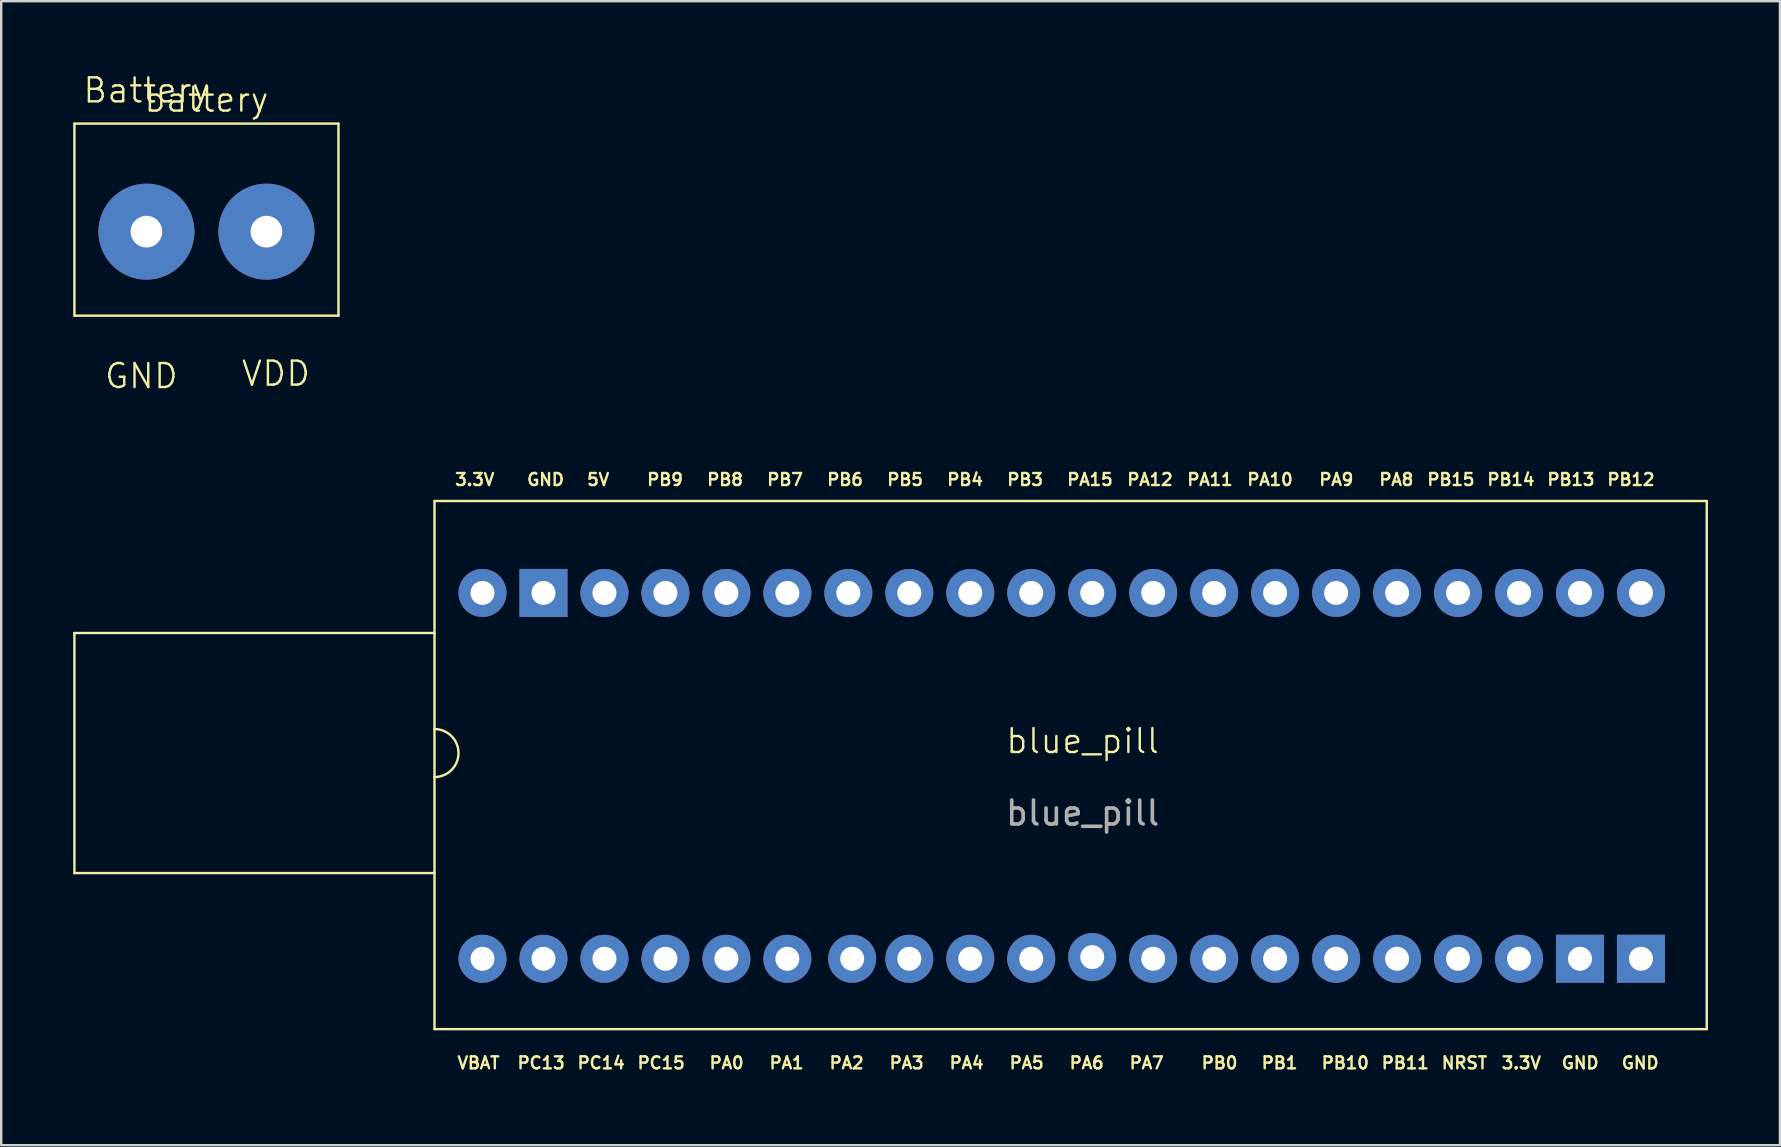
<source format=kicad_pcb>
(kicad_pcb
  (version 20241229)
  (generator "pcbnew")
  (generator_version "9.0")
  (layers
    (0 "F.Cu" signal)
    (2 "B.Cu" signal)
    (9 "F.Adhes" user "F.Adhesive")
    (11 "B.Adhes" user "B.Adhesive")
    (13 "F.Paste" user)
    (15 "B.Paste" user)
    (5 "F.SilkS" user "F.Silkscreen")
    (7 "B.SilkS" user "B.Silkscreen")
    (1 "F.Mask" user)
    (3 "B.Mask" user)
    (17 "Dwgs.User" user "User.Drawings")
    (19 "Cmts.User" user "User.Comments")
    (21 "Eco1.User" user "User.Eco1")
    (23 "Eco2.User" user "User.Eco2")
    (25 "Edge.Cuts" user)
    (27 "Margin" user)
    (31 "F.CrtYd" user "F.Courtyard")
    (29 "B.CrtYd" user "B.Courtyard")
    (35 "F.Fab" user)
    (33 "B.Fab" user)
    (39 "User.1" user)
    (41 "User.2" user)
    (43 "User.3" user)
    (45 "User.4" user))
  (footprint "blue_pill"
    (layer "F.Cu")
    (at 42.05 28.321)
    (property "Reference" "blue_pill" (at 0 -0.5 0) (unlocked yes) (layer "F.SilkS") (effects (font (size 1 1) (thickness 0.1))))
    (attr through_hole)
    (fp_line (start -42 -5) (end -42 5) (stroke (width 0.1) (type default)) (layer "F.SilkS"))
    (fp_line (start -27 -10.5) (end -27 11.5) (stroke (width 0.1) (type default)) (layer "F.SilkS"))
    (fp_line (start -27 -10.5) (end 26 -10.5) (stroke (width 0.1) (type default)) (layer "F.SilkS"))
    (fp_line (start -27 -5) (end -42 -5) (stroke (width 0.1) (type default)) (layer "F.SilkS"))
    (fp_line (start -27 5) (end -42 5) (stroke (width 0.1) (type default)) (layer "F.SilkS"))
    (fp_line (start -27 11.5) (end 26 11.5) (stroke (width 0.1) (type default)) (layer "F.SilkS"))
    (fp_line (start 26 -10.5) (end 26 11.5) (stroke (width 0.1) (type default)) (layer "F.SilkS"))
    (fp_arc (start -27 -1) (mid -26 0) (end -27 1) (stroke (width 0.1) (type default)) (layer "F.SilkS"))
    (fp_text user "PB5" (at -8.2 -11.1 0) (unlocked yes) (layer "F.SilkS") (effects (font (size 0.5 0.5) (thickness 0.1)) (justify left bottom)))
    (fp_text user "PA6" (at -0.6 13.2 0) (unlocked yes) (layer "F.SilkS") (effects (font (size 0.5 0.5) (thickness 0.1)) (justify left bottom)))
    (fp_text user "PC15" (at -18.6 13.2 0) (unlocked yes) (layer "F.SilkS") (effects (font (size 0.5 0.5) (thickness 0.1)) (justify left bottom)))
    (fp_text user "GND" (at 19.9 13.2 0) (unlocked yes) (layer "F.SilkS") (effects (font (size 0.5 0.5) (thickness 0.1)) (justify left bottom)))
    (fp_text user "3.3V" (at -26.2 -11.1 0) (unlocked yes) (layer "F.SilkS") (effects (font (size 0.5 0.5) (thickness 0.1)) (justify left bottom)))
    (fp_text user "3.3V" (at 17.4 13.2 0) (unlocked yes) (layer "F.SilkS") (effects (font (size 0.5 0.5) (thickness 0.1)) (justify left bottom)))
    (fp_text user "PB3" (at -3.2 -11.1 0) (unlocked yes) (layer "F.SilkS") (effects (font (size 0.5 0.5) (thickness 0.1)) (justify left bottom)))
    (fp_text user "PA11" (at 4.3 -11.1 0) (unlocked yes) (layer "F.SilkS") (effects (font (size 0.5 0.5) (thickness 0.1)) (justify left bottom)))
    (fp_text user "PA9" (at 9.8 -11.1 0) (unlocked yes) (layer "F.SilkS") (effects (font (size 0.5 0.5) (thickness 0.1)) (justify left bottom)))
    (fp_text user "PA15" (at -0.7 -11.1 0) (unlocked yes) (layer "F.SilkS") (effects (font (size 0.5 0.5) (thickness 0.1)) (justify left bottom)))
    (fp_text user "PB7" (at -13.2 -11.1 0) (unlocked yes) (layer "F.SilkS") (effects (font (size 0.5 0.5) (thickness 0.1)) (justify left bottom)))
    (fp_text user "PB14" (at 16.8 -11.1 0) (unlocked yes) (layer "F.SilkS") (effects (font (size 0.5 0.5) (thickness 0.1)) (justify left bottom)))
    (fp_text user "PB13" (at 19.3 -11.1 0) (unlocked yes) (layer "F.SilkS") (effects (font (size 0.5 0.5) (thickness 0.1)) (justify left bottom)))
    (fp_text user "PA10" (at 6.8 -11.1 0) (unlocked yes) (layer "F.SilkS") (effects (font (size 0.5 0.5) (thickness 0.1)) (justify left bottom)))
    (fp_text user "PA8" (at 12.3 -11.1 0) (unlocked yes) (layer "F.SilkS") (effects (font (size 0.5 0.5) (thickness 0.1)) (justify left bottom)))
    (fp_text user "PC14" (at -21.1 13.2 0) (unlocked yes) (layer "F.SilkS") (effects (font (size 0.5 0.5) (thickness 0.1)) (justify left bottom)))
    (fp_text user "PA12" (at 1.8 -11.1 0) (unlocked yes) (layer "F.SilkS") (effects (font (size 0.5 0.5) (thickness 0.1)) (justify left bottom)))
    (fp_text user "PB10" (at 9.9 13.2 0) (unlocked yes) (layer "F.SilkS") (effects (font (size 0.5 0.5) (thickness 0.1)) (justify left bottom)))
    (fp_text user "PB1" (at 7.4 13.2 0) (unlocked yes) (layer "F.SilkS") (effects (font (size 0.5 0.5) (thickness 0.1)) (justify left bottom)))
    (fp_text user "PB4" (at -5.7 -11.1 0) (unlocked yes) (layer "F.SilkS") (effects (font (size 0.5 0.5) (thickness 0.1)) (justify left bottom)))
    (fp_text user "PB0" (at 4.9 13.2 0) (unlocked yes) (layer "F.SilkS") (effects (font (size 0.5 0.5) (thickness 0.1)) (justify left bottom)))
    (fp_text user "PA2" (at -10.6 13.2 0) (unlocked yes) (layer "F.SilkS") (effects (font (size 0.5 0.5) (thickness 0.1)) (justify left bottom)))
    (fp_text user "PA5" (at -3.1 13.2 0) (unlocked yes) (layer "F.SilkS") (effects (font (size 0.5 0.5) (thickness 0.1)) (justify left bottom)))
    (fp_text user "PA7" (at 1.9 13.2 0) (unlocked yes) (layer "F.SilkS") (effects (font (size 0.5 0.5) (thickness 0.1)) (justify left bottom)))
    (fp_text user "PC13" (at -23.6 13.2 0) (unlocked yes) (layer "F.SilkS") (effects (font (size 0.5 0.5) (thickness 0.1)) (justify left bottom)))
    (fp_text user "PA1" (at -13.1 13.2 0) (unlocked yes) (layer "F.SilkS") (effects (font (size 0.5 0.5) (thickness 0.1)) (justify left bottom)))
    (fp_text user "PB9" (at -18.2 -11.1 0) (unlocked yes) (layer "F.SilkS") (effects (font (size 0.5 0.5) (thickness 0.1)) (justify left bottom)))
    (fp_text user "PB6" (at -10.7 -11.1 0) (unlocked yes) (layer "F.SilkS") (effects (font (size 0.5 0.5) (thickness 0.1)) (justify left bottom)))
    (fp_text user "PB12" (at 21.8 -11.1 0) (unlocked yes) (layer "F.SilkS") (effects (font (size 0.5 0.5) (thickness 0.1)) (justify left bottom)))
    (fp_text user "PB11" (at 12.4 13.2 0) (unlocked yes) (layer "F.SilkS") (effects (font (size 0.5 0.5) (thickness 0.1)) (justify left bottom)))
    (fp_text user "PB15" (at 14.3 -11.1 0) (unlocked yes) (layer "F.SilkS") (effects (font (size 0.5 0.5) (thickness 0.1)) (justify left bottom)))
    (fp_text user "PA4" (at -5.6 13.2 0) (unlocked yes) (layer "F.SilkS") (effects (font (size 0.5 0.5) (thickness 0.1)) (justify left bottom)))
    (fp_text user "PB8" (at -15.7 -11.1 0) (unlocked yes) (layer "F.SilkS") (effects (font (size 0.5 0.5) (thickness 0.1)) (justify left bottom)))
    (fp_text user "5V" (at -20.7 -11.1 0) (unlocked yes) (layer "F.SilkS") (effects (font (size 0.5 0.5) (thickness 0.1)) (justify left bottom)))
    (fp_text user "VBAT" (at -26.1 13.2 0) (unlocked yes) (layer "F.SilkS") (effects (font (size 0.5 0.5) (thickness 0.1)) (justify left bottom)))
    (fp_text user "PA3" (at -8.1 13.2 0) (unlocked yes) (layer "F.SilkS") (effects (font (size 0.5 0.5) (thickness 0.1)) (justify left bottom)))
    (fp_text user "GND" (at -23.2 -11.1 0) (unlocked yes) (layer "F.SilkS") (effects (font (size 0.5 0.5) (thickness 0.1)) (justify left bottom)))
    (fp_text user "GND" (at 22.4 13.2 0) (unlocked yes) (layer "F.SilkS") (effects (font (size 0.5 0.5) (thickness 0.1)) (justify left bottom)))
    (fp_text user "PA0" (at -15.6 13.2 0) (unlocked yes) (layer "F.SilkS") (effects (font (size 0.5 0.5) (thickness 0.1)) (justify left bottom)))
    (fp_text user "NRST" (at 14.9 13.2 0) (unlocked yes) (layer "F.SilkS") (effects (font (size 0.5 0.5) (thickness 0.1)) (justify left bottom)))
    (fp_text user "${REFERENCE}" (at 0 2.5 0) (unlocked yes) (layer "F.Fab") (effects (font (size 1 1) (thickness 0.15))))
    (pad "1" thru_hole circle (at -25 8.57) (size 2 2) (drill 1) (layers "*.Cu" "*.Mask"))
    (pad "2" thru_hole circle (at -22.46 8.57) (size 2 2) (drill 1) (layers "*.Cu" "*.Mask"))
    (pad "3" thru_hole circle (at -19.92 8.57) (size 2 2) (drill 1) (layers "*.Cu" "*.Mask"))
    (pad "4" thru_hole circle (at -17.38 8.57) (size 2 2) (drill 1) (layers "*.Cu" "*.Mask"))
    (pad "5" thru_hole circle (at -14.84 8.57) (size 2 2) (drill 1) (layers "*.Cu" "*.Mask"))
    (pad "6" thru_hole circle (at -12.3 8.57) (size 2 2) (drill 1) (layers "*.Cu" "*.Mask"))
    (pad "7" thru_hole circle (at -9.6 8.57) (size 2 2) (drill 1) (layers "*.Cu" "*.Mask"))
    (pad "8" thru_hole circle (at -7.22 8.57) (size 2 2) (drill 1) (layers "*.Cu" "*.Mask"))
    (pad "9" thru_hole circle (at -4.68 8.57) (size 2 2) (drill 1) (layers "*.Cu" "*.Mask"))
    (pad "10" thru_hole circle (at -2.14 8.57) (size 2 2) (drill 1) (layers "*.Cu" "*.Mask"))
    (pad "11" thru_hole circle (at 0.4 8.5) (size 2 2) (drill 1) (layers "*.Cu" "*.Mask"))
    (pad "12" thru_hole circle (at 2.94 8.57) (size 2 2) (drill 1) (layers "*.Cu" "*.Mask"))
    (pad "13" thru_hole circle (at 5.48 8.57) (size 2 2) (drill 1) (layers "*.Cu" "*.Mask"))
    (pad "14" thru_hole circle (at 8.02 8.57) (size 2 2) (drill 1) (layers "*.Cu" "*.Mask"))
    (pad "15" thru_hole circle (at 10.56 8.57) (size 2 2) (drill 1) (layers "*.Cu" "*.Mask"))
    (pad "16" thru_hole circle (at 13.1 8.57) (size 2 2) (drill 1) (layers "*.Cu" "*.Mask"))
    (pad "17" thru_hole circle (at 15.64 8.57) (size 2 2) (drill 1) (layers "*.Cu" "*.Mask"))
    (pad "18" thru_hole circle (at 18.18 8.57) (size 2 2) (drill 1) (layers "*.Cu" "*.Mask"))
    (pad "19" thru_hole rect (at 20.72 8.57) (size 2 2) (drill 1) (layers "*.Cu" "*.Mask"))
    (pad "20" thru_hole rect (at 23.26 8.57) (size 2 2) (drill 1) (layers "*.Cu" "*.Mask"))
    (pad "21" thru_hole circle (at 23.26 -6.67) (size 2 2) (drill 1) (layers "*.Cu" "*.Mask"))
    (pad "22" thru_hole circle (at 20.72 -6.67) (size 2 2) (drill 1) (layers "*.Cu" "*.Mask"))
    (pad "23" thru_hole circle (at 18.18 -6.67) (size 2 2) (drill 1) (layers "*.Cu" "*.Mask"))
    (pad "24" thru_hole circle (at 15.64 -6.67) (size 2 2) (drill 1) (layers "*.Cu" "*.Mask"))
    (pad "25" thru_hole circle (at 13.1 -6.67) (size 2 2) (drill 1) (layers "*.Cu" "*.Mask"))
    (pad "26" thru_hole circle (at 10.56 -6.67) (size 2 2) (drill 1) (layers "*.Cu" "*.Mask"))
    (pad "27" thru_hole circle (at 8.02 -6.67) (size 2 2) (drill 1) (layers "*.Cu" "*.Mask"))
    (pad "28" thru_hole circle (at 5.48 -6.67) (size 2 2) (drill 1) (layers "*.Cu" "*.Mask"))
    (pad "29" thru_hole circle (at 2.94 -6.67) (size 2 2) (drill 1) (layers "*.Cu" "*.Mask"))
    (pad "30" thru_hole circle (at 0.4 -6.67) (size 2 2) (drill 1) (layers "*.Cu" "*.Mask"))
    (pad "31" thru_hole circle (at -2.14 -6.67) (size 2 2) (drill 1) (layers "*.Cu" "*.Mask"))
    (pad "32" thru_hole circle (at -4.68 -6.67) (size 2 2) (drill 1) (layers "*.Cu" "*.Mask"))
    (pad "33" thru_hole circle (at -7.22 -6.67) (size 2 2) (drill 1) (layers "*.Cu" "*.Mask"))
    (pad "34" thru_hole circle (at -9.76 -6.67) (size 2 2) (drill 1) (layers "*.Cu" "*.Mask"))
    (pad "35" thru_hole circle (at -12.3 -6.67) (size 2 2) (drill 1) (layers "*.Cu" "*.Mask"))
    (pad "36" thru_hole circle (at -14.84 -6.67) (size 2 2) (drill 1) (layers "*.Cu" "*.Mask"))
    (pad "37" thru_hole circle (at -17.38 -6.67) (size 2 2) (drill 1) (layers "*.Cu" "*.Mask"))
    (pad "38" thru_hole circle (at -19.92 -6.67) (size 2 2) (drill 1) (layers "*.Cu" "*.Mask"))
    (pad "39" thru_hole rect (at -22.46 -6.67) (size 2 2) (drill 1) (layers "*.Cu" "*.Mask"))
    (pad "40" thru_hole circle (at -25 -6.67) (size 2 2) (drill 1) (layers "*.Cu" "*.Mask")))
  (footprint "battery"
    (layer "F.Cu")
    (at 5.55 6.6)
    (property "Reference" "battery" (at 0 -5.5 0) (unlocked yes) (layer "F.SilkS") (effects (font (size 1 1) (thickness 0.1))))
    (attr through_hole)
    (fp_line (start -5.5 -4.5) (end -5.5 3.5) (stroke (width 0.1) (type default)) (layer "F.SilkS"))
    (fp_line (start -5.5 -4.5) (end 5.5 -4.5) (stroke (width 0.1) (type default)) (layer "F.SilkS"))
    (fp_line (start -5.5 3.5) (end 5.5 3.5) (stroke (width 0.1) (type default)) (layer "F.SilkS"))
    (fp_line (start 5.5 -4.5) (end 5.5 3.5) (stroke (width 0.1) (type default)) (layer "F.SilkS"))
    (fp_text user "VDD" (at 1.4 6.5 0) (unlocked yes) (layer "F.SilkS") (effects (font (size 1 1) (thickness 0.1)) (justify left bottom)))
    (fp_text user "GND" (at -4.3 6.6 0) (unlocked yes) (layer "F.SilkS") (effects (font (size 1 1) (thickness 0.1)) (justify left bottom)))
    (fp_text user "Battery" (at -5.2 -5.3 0) (unlocked yes) (layer "F.SilkS") (effects (font (size 1 1) (thickness 0.1)) (justify left bottom)))
    (pad "1" thru_hole oval (at 2.5 0) (size 4 4) (drill 1.32) (layers "*.Cu" "*.Mask"))
    (pad "2" thru_hole oval (at -2.5 0) (size 4 4) (drill 1.32) (layers "*.Cu" "*.Mask")))
  (gr_rect
    (start -3 -3)
    (end 71.1 44.657)
    (stroke (width 0.1) (type default))
    (fill no)
    (layer "Edge.Cuts")))
</source>
